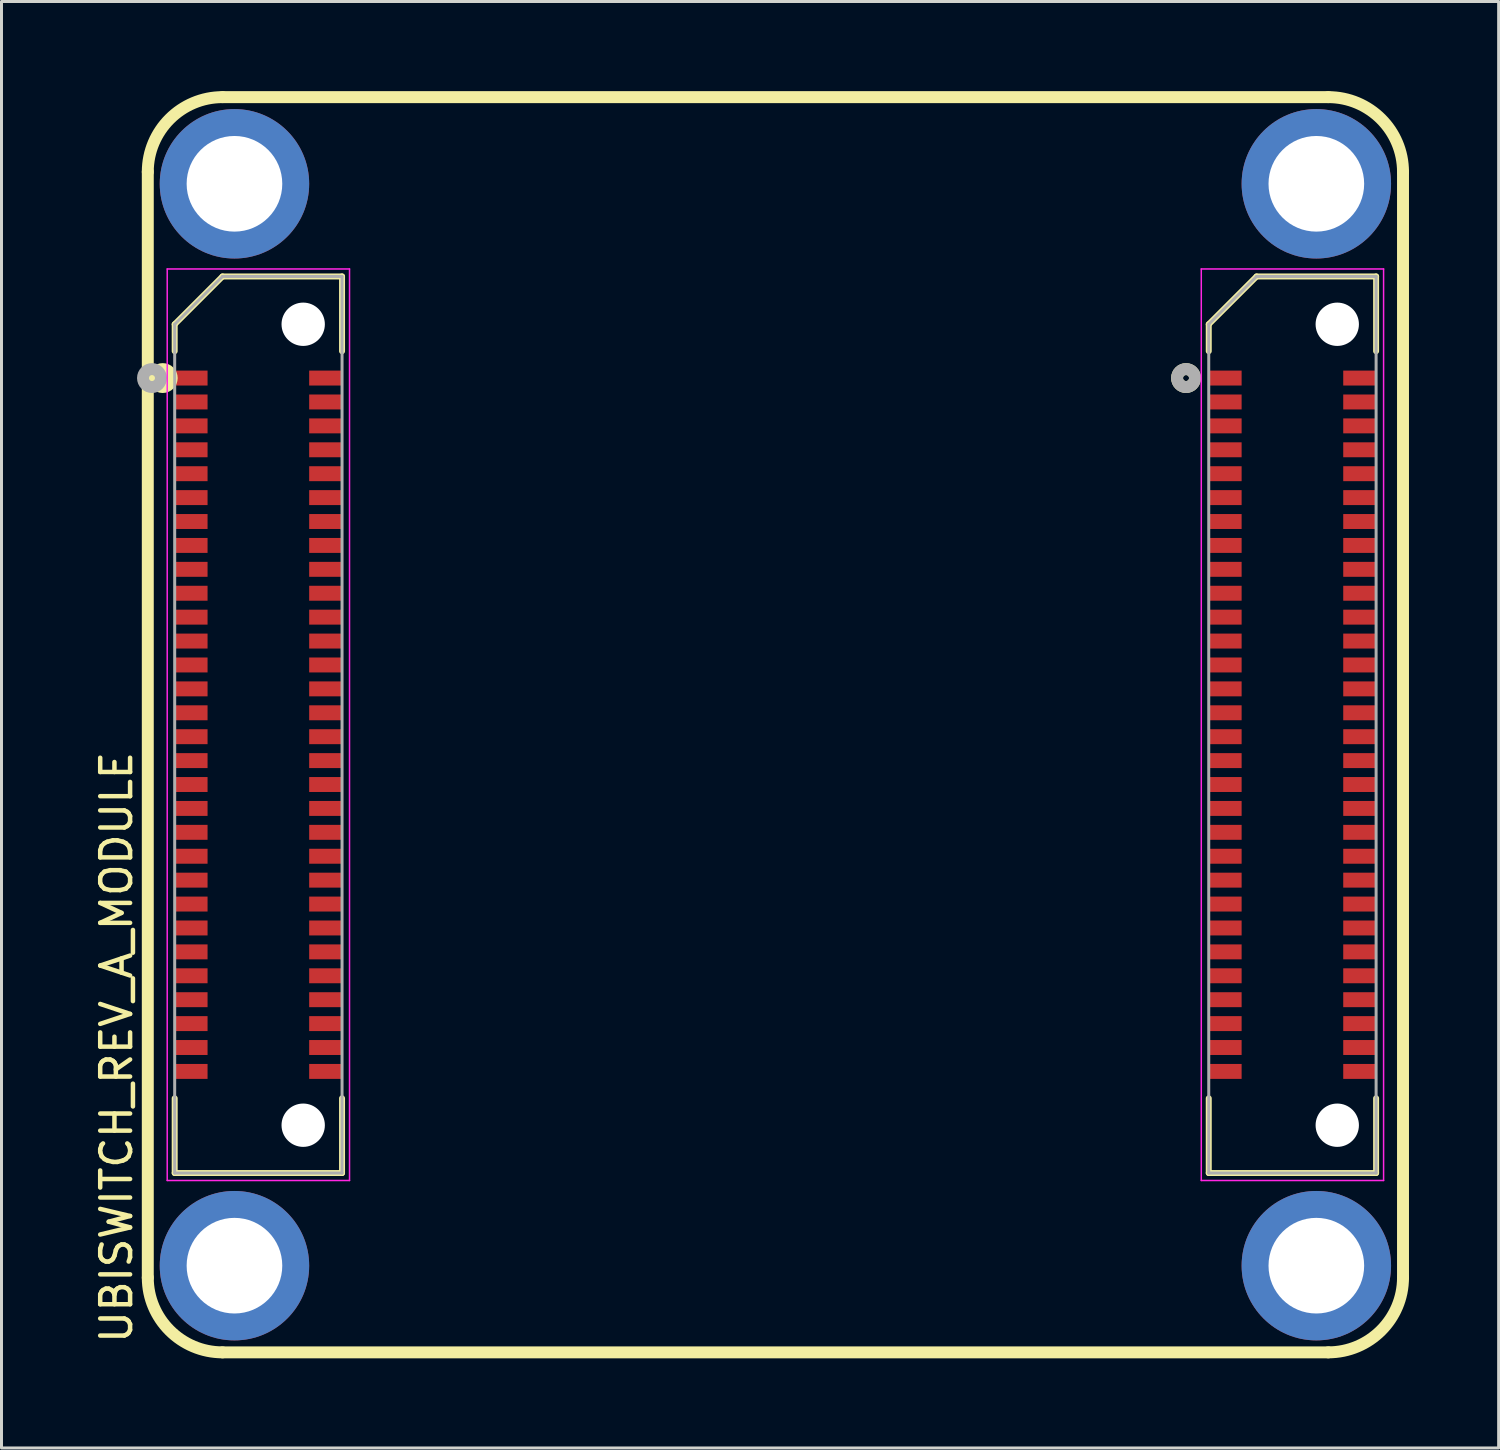
<source format=kicad_pcb>
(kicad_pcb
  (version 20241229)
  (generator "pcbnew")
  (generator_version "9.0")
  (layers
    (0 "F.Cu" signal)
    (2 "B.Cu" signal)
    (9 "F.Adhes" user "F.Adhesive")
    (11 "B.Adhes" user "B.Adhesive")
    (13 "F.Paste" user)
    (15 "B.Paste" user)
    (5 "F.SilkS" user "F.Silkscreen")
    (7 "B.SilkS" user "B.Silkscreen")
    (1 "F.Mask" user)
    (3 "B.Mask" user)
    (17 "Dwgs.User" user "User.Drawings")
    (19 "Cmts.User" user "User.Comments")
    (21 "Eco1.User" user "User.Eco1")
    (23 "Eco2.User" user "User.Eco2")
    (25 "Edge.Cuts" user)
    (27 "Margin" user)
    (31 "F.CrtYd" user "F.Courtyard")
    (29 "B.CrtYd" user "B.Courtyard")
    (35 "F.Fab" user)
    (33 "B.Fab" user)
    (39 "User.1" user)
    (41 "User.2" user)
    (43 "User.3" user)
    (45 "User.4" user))
  (footprint "UBISWITCH_REV_A_MODULE"
    (layer "F.Cu")
    (at 22.895 21.2)
    (property "Reference" "UBISWITCH_REV_A_MODULE" (at -22.047 10.795 90) (layer "F.SilkS") (effects (font (size 1 1) (thickness 0.15))))
    (attr smd)
    (fp_line (start -21 -18.5) (end -21 18.5) (stroke (width 0.4) (type solid)) (layer "F.SilkS"))
    (fp_line (start -20.1 -13.4) (end -20.1 -12.5) (stroke (width 0.2) (type solid)) (layer "F.SilkS"))
    (fp_line (start -20.1 15) (end -20.1 12.5) (stroke (width 0.2) (type solid)) (layer "F.SilkS"))
    (fp_line (start -18.5 -15) (end -20.1 -13.4) (stroke (width 0.2) (type solid)) (layer "F.SilkS"))
    (fp_line (start -18.5 21) (end 18.5 21) (stroke (width 0.4) (type solid)) (layer "F.SilkS"))
    (fp_line (start -14.5 -15) (end -18.5 -15) (stroke (width 0.2) (type solid)) (layer "F.SilkS"))
    (fp_line (start -14.5 -15) (end -14.5 -12.5) (stroke (width 0.2) (type solid)) (layer "F.SilkS"))
    (fp_line (start -14.5 15) (end -20.1 15) (stroke (width 0.2) (type solid)) (layer "F.SilkS"))
    (fp_line (start -14.5 15) (end -14.5 12.5) (stroke (width 0.2) (type solid)) (layer "F.SilkS"))
    (fp_line (start 14.5 -13.4) (end 14.5 -12.5) (stroke (width 0.2) (type solid)) (layer "F.SilkS"))
    (fp_line (start 14.5 15) (end 14.5 12.5) (stroke (width 0.2) (type solid)) (layer "F.SilkS"))
    (fp_line (start 16.1 -15) (end 14.5 -13.4) (stroke (width 0.2) (type solid)) (layer "F.SilkS"))
    (fp_line (start 18.5 -21) (end -18.5 -21) (stroke (width 0.4) (type solid)) (layer "F.SilkS"))
    (fp_line (start 20.1 -15) (end 16.1 -15) (stroke (width 0.2) (type solid)) (layer "F.SilkS"))
    (fp_line (start 20.1 -15) (end 20.1 -12.5) (stroke (width 0.2) (type solid)) (layer "F.SilkS"))
    (fp_line (start 20.1 15) (end 14.5 15) (stroke (width 0.2) (type solid)) (layer "F.SilkS"))
    (fp_line (start 20.1 15) (end 20.1 12.5) (stroke (width 0.2) (type solid)) (layer "F.SilkS"))
    (fp_line (start 21 18.5) (end 21 -18.5) (stroke (width 0.4) (type solid)) (layer "F.SilkS"))
    (fp_arc (start -21 -18.5) (mid -20.267767 -20.267767) (end -18.5 -21) (stroke (width 0.4) (type solid)) (layer "F.SilkS"))
    (fp_arc (start -18.5 21) (mid -20.267767 20.267767) (end -21 18.5) (stroke (width 0.4) (type solid)) (layer "F.SilkS"))
    (fp_arc (start 18.5 -21) (mid 20.267767 -20.267767) (end 21 -18.5) (stroke (width 0.4) (type solid)) (layer "F.SilkS"))
    (fp_arc (start 21 18.5) (mid 20.267767 20.267767) (end 18.5 21) (stroke (width 0.4) (type solid)) (layer "F.SilkS"))
    (fp_circle (center -20.5 -11.6) (end -20.5 -11.7) (stroke (width 0.4) (type solid)) (fill no) (layer "F.SilkS"))
    (fp_circle (center 13.74 -11.6) (end 13.74 -11.7) (stroke (width 0.4) (type solid)) (fill no) (layer "F.SilkS"))
    (fp_line (start -20.35 -15.25) (end -14.25 -15.25) (stroke (width 0.05) (type solid)) (layer "F.CrtYd"))
    (fp_line (start -20.35 15.25) (end -20.35 -15.25) (stroke (width 0.05) (type solid)) (layer "F.CrtYd"))
    (fp_line (start -14.25 -15.25) (end -14.25 15.25) (stroke (width 0.05) (type solid)) (layer "F.CrtYd"))
    (fp_line (start -14.25 15.25) (end -20.35 15.25) (stroke (width 0.05) (type solid)) (layer "F.CrtYd"))
    (fp_line (start 14.25 -15.25) (end 20.35 -15.25) (stroke (width 0.05) (type solid)) (layer "F.CrtYd"))
    (fp_line (start 14.25 15.25) (end 14.25 -15.25) (stroke (width 0.05) (type solid)) (layer "F.CrtYd"))
    (fp_line (start 20.35 -15.25) (end 20.35 15.25) (stroke (width 0.05) (type solid)) (layer "F.CrtYd"))
    (fp_line (start 20.35 15.25) (end 14.25 15.25) (stroke (width 0.05) (type solid)) (layer "F.CrtYd"))
    (fp_line (start -20.1 15) (end -20.1 -13.4) (stroke (width 0.1) (type solid)) (layer "F.Fab"))
    (fp_line (start -18.5 -15) (end -20.1 -13.4) (stroke (width 0.1) (type solid)) (layer "F.Fab"))
    (fp_line (start -18.5 -15) (end -14.5 -15) (stroke (width 0.1) (type solid)) (layer "F.Fab"))
    (fp_line (start -14.5 -15) (end -14.5 15) (stroke (width 0.1) (type solid)) (layer "F.Fab"))
    (fp_line (start -14.5 15) (end -20.1 15) (stroke (width 0.1) (type solid)) (layer "F.Fab"))
    (fp_line (start 14.5 15) (end 14.5 -13.4) (stroke (width 0.1) (type solid)) (layer "F.Fab"))
    (fp_line (start 16.1 -15) (end 14.5 -13.4) (stroke (width 0.1) (type solid)) (layer "F.Fab"))
    (fp_line (start 16.1 -15) (end 20.1 -15) (stroke (width 0.1) (type solid)) (layer "F.Fab"))
    (fp_line (start 20.1 -15) (end 20.1 15) (stroke (width 0.1) (type solid)) (layer "F.Fab"))
    (fp_line (start 20.1 15) (end 14.5 15) (stroke (width 0.1) (type solid)) (layer "F.Fab"))
    (fp_circle (center -20.86 -11.6) (end -20.86 -11.7) (stroke (width 0.4) (type solid)) (fill no) (layer "F.Fab"))
    (fp_circle (center 13.74 -11.6) (end 13.74 -11.7) (stroke (width 0.4) (type solid)) (fill no) (layer "F.Fab"))
    (pad "" np_thru_hole circle (at -15.8 -13.4 90) (size 1.45 1.45) (drill 1.45) (layers "*.Cu" "*.Mask"))
    (pad "" np_thru_hole circle (at -15.8 13.4 90) (size 1.45 1.45) (drill 1.45) (layers "*.Cu" "*.Mask"))
    (pad "" np_thru_hole circle (at 18.8 -13.4 90) (size 1.45 1.45) (drill 1.45) (layers "*.Cu" "*.Mask"))
    (pad "" np_thru_hole circle (at 18.8 13.4 90) (size 1.45 1.45) (drill 1.45) (layers "*.Cu" "*.Mask"))
    (pad "J1_1" smd rect (at -19.55 -11.6 90) (size 0.5 1.1) (layers "F.Cu" "F.Mask" "F.Paste"))
    (pad "J1_2" smd rect (at -15.05 -11.6 90) (size 0.5 1.1) (layers "F.Cu" "F.Mask" "F.Paste"))
    (pad "J1_3" smd rect (at -19.55 -10.8 90) (size 0.5 1.1) (layers "F.Cu" "F.Mask" "F.Paste"))
    (pad "J1_4" smd rect (at -15.05 -10.8 90) (size 0.5 1.1) (layers "F.Cu" "F.Mask" "F.Paste"))
    (pad "J1_5" smd rect (at -19.55 -10 90) (size 0.5 1.1) (layers "F.Cu" "F.Mask" "F.Paste"))
    (pad "J1_6" smd rect (at -15.05 -10 90) (size 0.5 1.1) (layers "F.Cu" "F.Mask" "F.Paste"))
    (pad "J1_7" smd rect (at -19.55 -9.2 90) (size 0.5 1.1) (layers "F.Cu" "F.Mask" "F.Paste"))
    (pad "J1_8" smd rect (at -15.05 -9.2 90) (size 0.5 1.1) (layers "F.Cu" "F.Mask" "F.Paste"))
    (pad "J1_9" smd rect (at -19.55 -8.4 90) (size 0.5 1.1) (layers "F.Cu" "F.Mask" "F.Paste"))
    (pad "J1_10" smd rect (at -15.05 -8.4 90) (size 0.5 1.1) (layers "F.Cu" "F.Mask" "F.Paste"))
    (pad "J1_11" smd rect (at -19.55 -7.6 90) (size 0.5 1.1) (layers "F.Cu" "F.Mask" "F.Paste"))
    (pad "J1_12" smd rect (at -15.05 -7.6 90) (size 0.5 1.1) (layers "F.Cu" "F.Mask" "F.Paste"))
    (pad "J1_13" smd rect (at -19.55 -6.8 90) (size 0.5 1.1) (layers "F.Cu" "F.Mask" "F.Paste"))
    (pad "J1_14" smd rect (at -15.05 -6.8 90) (size 0.5 1.1) (layers "F.Cu" "F.Mask" "F.Paste"))
    (pad "J1_15" smd rect (at -19.55 -6 90) (size 0.5 1.1) (layers "F.Cu" "F.Mask" "F.Paste"))
    (pad "J1_16" smd rect (at -15.05 -6 90) (size 0.5 1.1) (layers "F.Cu" "F.Mask" "F.Paste"))
    (pad "J1_17" smd rect (at -19.55 -5.2 90) (size 0.5 1.1) (layers "F.Cu" "F.Mask" "F.Paste"))
    (pad "J1_18" smd rect (at -15.05 -5.2 90) (size 0.5 1.1) (layers "F.Cu" "F.Mask" "F.Paste"))
    (pad "J1_19" smd rect (at -19.55 -4.4 90) (size 0.5 1.1) (layers "F.Cu" "F.Mask" "F.Paste"))
    (pad "J1_20" smd rect (at -15.05 -4.4 90) (size 0.5 1.1) (layers "F.Cu" "F.Mask" "F.Paste"))
    (pad "J1_21" smd rect (at -19.55 -3.6 90) (size 0.5 1.1) (layers "F.Cu" "F.Mask" "F.Paste"))
    (pad "J1_22" smd rect (at -15.05 -3.6 90) (size 0.5 1.1) (layers "F.Cu" "F.Mask" "F.Paste"))
    (pad "J1_23" smd rect (at -19.55 -2.8 90) (size 0.5 1.1) (layers "F.Cu" "F.Mask" "F.Paste"))
    (pad "J1_24" smd rect (at -15.05 -2.8 90) (size 0.5 1.1) (layers "F.Cu" "F.Mask" "F.Paste"))
    (pad "J1_25" smd rect (at -19.55 -2 90) (size 0.5 1.1) (layers "F.Cu" "F.Mask" "F.Paste"))
    (pad "J1_26" smd rect (at -15.05 -2 90) (size 0.5 1.1) (layers "F.Cu" "F.Mask" "F.Paste"))
    (pad "J1_27" smd rect (at -19.55 -1.2 90) (size 0.5 1.1) (layers "F.Cu" "F.Mask" "F.Paste"))
    (pad "J1_28" smd rect (at -15.05 -1.2 90) (size 0.5 1.1) (layers "F.Cu" "F.Mask" "F.Paste"))
    (pad "J1_29" smd rect (at -19.55 -0.4 90) (size 0.5 1.1) (layers "F.Cu" "F.Mask" "F.Paste"))
    (pad "J1_30" smd rect (at -15.05 -0.4 90) (size 0.5 1.1) (layers "F.Cu" "F.Mask" "F.Paste"))
    (pad "J1_31" smd rect (at -19.55 0.4 90) (size 0.5 1.1) (layers "F.Cu" "F.Mask" "F.Paste"))
    (pad "J1_32" smd rect (at -15.05 0.4 90) (size 0.5 1.1) (layers "F.Cu" "F.Mask" "F.Paste"))
    (pad "J1_33" smd rect (at -19.55 1.2 90) (size 0.5 1.1) (layers "F.Cu" "F.Mask" "F.Paste"))
    (pad "J1_34" smd rect (at -15.05 1.2 90) (size 0.5 1.1) (layers "F.Cu" "F.Mask" "F.Paste"))
    (pad "J1_35" smd rect (at -19.55 2 90) (size 0.5 1.1) (layers "F.Cu" "F.Mask" "F.Paste"))
    (pad "J1_36" smd rect (at -15.05 2 90) (size 0.5 1.1) (layers "F.Cu" "F.Mask" "F.Paste"))
    (pad "J1_37" smd rect (at -19.55 2.8 90) (size 0.5 1.1) (layers "F.Cu" "F.Mask" "F.Paste"))
    (pad "J1_38" smd rect (at -15.05 2.8 90) (size 0.5 1.1) (layers "F.Cu" "F.Mask" "F.Paste"))
    (pad "J1_39" smd rect (at -19.55 3.6 90) (size 0.5 1.1) (layers "F.Cu" "F.Mask" "F.Paste"))
    (pad "J1_40" smd rect (at -15.05 3.6 90) (size 0.5 1.1) (layers "F.Cu" "F.Mask" "F.Paste"))
    (pad "J1_41" smd rect (at -19.55 4.4 90) (size 0.5 1.1) (layers "F.Cu" "F.Mask" "F.Paste"))
    (pad "J1_42" smd rect (at -15.05 4.4 90) (size 0.5 1.1) (layers "F.Cu" "F.Mask" "F.Paste"))
    (pad "J1_43" smd rect (at -19.55 5.2 90) (size 0.5 1.1) (layers "F.Cu" "F.Mask" "F.Paste"))
    (pad "J1_44" smd rect (at -15.05 5.2 90) (size 0.5 1.1) (layers "F.Cu" "F.Mask" "F.Paste"))
    (pad "J1_45" smd rect (at -19.55 6 90) (size 0.5 1.1) (layers "F.Cu" "F.Mask" "F.Paste"))
    (pad "J1_46" smd rect (at -15.05 6 90) (size 0.5 1.1) (layers "F.Cu" "F.Mask" "F.Paste"))
    (pad "J1_47" smd rect (at -19.55 6.8 90) (size 0.5 1.1) (layers "F.Cu" "F.Mask" "F.Paste"))
    (pad "J1_48" smd rect (at -15.05 6.8 90) (size 0.5 1.1) (layers "F.Cu" "F.Mask" "F.Paste"))
    (pad "J1_49" smd rect (at -19.55 7.6 90) (size 0.5 1.1) (layers "F.Cu" "F.Mask" "F.Paste"))
    (pad "J1_50" smd rect (at -15.05 7.6 90) (size 0.5 1.1) (layers "F.Cu" "F.Mask" "F.Paste"))
    (pad "J1_51" smd rect (at -19.55 8.4 90) (size 0.5 1.1) (layers "F.Cu" "F.Mask" "F.Paste"))
    (pad "J1_52" smd rect (at -15.05 8.4 90) (size 0.5 1.1) (layers "F.Cu" "F.Mask" "F.Paste"))
    (pad "J1_53" smd rect (at -19.55 9.2 90) (size 0.5 1.1) (layers "F.Cu" "F.Mask" "F.Paste"))
    (pad "J1_54" smd rect (at -15.05 9.2 90) (size 0.5 1.1) (layers "F.Cu" "F.Mask" "F.Paste"))
    (pad "J1_55" smd rect (at -19.55 10 90) (size 0.5 1.1) (layers "F.Cu" "F.Mask" "F.Paste"))
    (pad "J1_56" smd rect (at -15.05 10 90) (size 0.5 1.1) (layers "F.Cu" "F.Mask" "F.Paste"))
    (pad "J1_57" smd rect (at -19.55 10.8 90) (size 0.5 1.1) (layers "F.Cu" "F.Mask" "F.Paste"))
    (pad "J1_58" smd rect (at -15.05 10.8 90) (size 0.5 1.1) (layers "F.Cu" "F.Mask" "F.Paste"))
    (pad "J1_59" smd rect (at -19.55 11.6 90) (size 0.5 1.1) (layers "F.Cu" "F.Mask" "F.Paste"))
    (pad "J1_60" smd rect (at -15.05 11.6 90) (size 0.5 1.1) (layers "F.Cu" "F.Mask" "F.Paste"))
    (pad "J2_1" smd rect (at 15.05 -11.6 90) (size 0.5 1.1) (layers "F.Cu" "F.Mask" "F.Paste"))
    (pad "J2_2" smd rect (at 19.55 -11.6 90) (size 0.5 1.1) (layers "F.Cu" "F.Mask" "F.Paste"))
    (pad "J2_3" smd rect (at 15.05 -10.8 90) (size 0.5 1.1) (layers "F.Cu" "F.Mask" "F.Paste"))
    (pad "J2_4" smd rect (at 19.55 -10.8 90) (size 0.5 1.1) (layers "F.Cu" "F.Mask" "F.Paste"))
    (pad "J2_5" smd rect (at 15.05 -10 90) (size 0.5 1.1) (layers "F.Cu" "F.Mask" "F.Paste"))
    (pad "J2_6" smd rect (at 19.55 -10 90) (size 0.5 1.1) (layers "F.Cu" "F.Mask" "F.Paste"))
    (pad "J2_7" smd rect (at 15.05 -9.2 90) (size 0.5 1.1) (layers "F.Cu" "F.Mask" "F.Paste"))
    (pad "J2_8" smd rect (at 19.55 -9.2 90) (size 0.5 1.1) (layers "F.Cu" "F.Mask" "F.Paste"))
    (pad "J2_9" smd rect (at 15.05 -8.4 90) (size 0.5 1.1) (layers "F.Cu" "F.Mask" "F.Paste"))
    (pad "J2_10" smd rect (at 19.55 -8.4 90) (size 0.5 1.1) (layers "F.Cu" "F.Mask" "F.Paste"))
    (pad "J2_11" smd rect (at 15.05 -7.6 90) (size 0.5 1.1) (layers "F.Cu" "F.Mask" "F.Paste"))
    (pad "J2_12" smd rect (at 19.55 -7.6 90) (size 0.5 1.1) (layers "F.Cu" "F.Mask" "F.Paste"))
    (pad "J2_13" smd rect (at 15.05 -6.8 90) (size 0.5 1.1) (layers "F.Cu" "F.Mask" "F.Paste"))
    (pad "J2_14" smd rect (at 19.55 -6.8 90) (size 0.5 1.1) (layers "F.Cu" "F.Mask" "F.Paste"))
    (pad "J2_15" smd rect (at 15.05 -6 90) (size 0.5 1.1) (layers "F.Cu" "F.Mask" "F.Paste"))
    (pad "J2_16" smd rect (at 19.55 -6 90) (size 0.5 1.1) (layers "F.Cu" "F.Mask" "F.Paste"))
    (pad "J2_17" smd rect (at 15.05 -5.2 90) (size 0.5 1.1) (layers "F.Cu" "F.Mask" "F.Paste"))
    (pad "J2_18" smd rect (at 19.55 -5.2 90) (size 0.5 1.1) (layers "F.Cu" "F.Mask" "F.Paste"))
    (pad "J2_19" smd rect (at 15.05 -4.4 90) (size 0.5 1.1) (layers "F.Cu" "F.Mask" "F.Paste"))
    (pad "J2_20" smd rect (at 19.55 -4.4 90) (size 0.5 1.1) (layers "F.Cu" "F.Mask" "F.Paste"))
    (pad "J2_21" smd rect (at 15.05 -3.6 90) (size 0.5 1.1) (layers "F.Cu" "F.Mask" "F.Paste"))
    (pad "J2_22" smd rect (at 19.55 -3.6 90) (size 0.5 1.1) (layers "F.Cu" "F.Mask" "F.Paste"))
    (pad "J2_23" smd rect (at 15.05 -2.8 90) (size 0.5 1.1) (layers "F.Cu" "F.Mask" "F.Paste"))
    (pad "J2_24" smd rect (at 19.55 -2.8 90) (size 0.5 1.1) (layers "F.Cu" "F.Mask" "F.Paste"))
    (pad "J2_25" smd rect (at 15.05 -2 90) (size 0.5 1.1) (layers "F.Cu" "F.Mask" "F.Paste"))
    (pad "J2_26" smd rect (at 19.55 -2 90) (size 0.5 1.1) (layers "F.Cu" "F.Mask" "F.Paste"))
    (pad "J2_27" smd rect (at 15.05 -1.2 90) (size 0.5 1.1) (layers "F.Cu" "F.Mask" "F.Paste"))
    (pad "J2_28" smd rect (at 19.55 -1.2 90) (size 0.5 1.1) (layers "F.Cu" "F.Mask" "F.Paste"))
    (pad "J2_29" smd rect (at 15.05 -0.4 90) (size 0.5 1.1) (layers "F.Cu" "F.Mask" "F.Paste"))
    (pad "J2_30" smd rect (at 19.55 -0.4 90) (size 0.5 1.1) (layers "F.Cu" "F.Mask" "F.Paste"))
    (pad "J2_31" smd rect (at 15.05 0.4 90) (size 0.5 1.1) (layers "F.Cu" "F.Mask" "F.Paste"))
    (pad "J2_32" smd rect (at 19.55 0.4 90) (size 0.5 1.1) (layers "F.Cu" "F.Mask" "F.Paste"))
    (pad "J2_33" smd rect (at 15.05 1.2 90) (size 0.5 1.1) (layers "F.Cu" "F.Mask" "F.Paste"))
    (pad "J2_34" smd rect (at 19.55 1.2 90) (size 0.5 1.1) (layers "F.Cu" "F.Mask" "F.Paste"))
    (pad "J2_35" smd rect (at 15.05 2 90) (size 0.5 1.1) (layers "F.Cu" "F.Mask" "F.Paste"))
    (pad "J2_36" smd rect (at 19.55 2 90) (size 0.5 1.1) (layers "F.Cu" "F.Mask" "F.Paste"))
    (pad "J2_37" smd rect (at 15.05 2.8 90) (size 0.5 1.1) (layers "F.Cu" "F.Mask" "F.Paste"))
    (pad "J2_38" smd rect (at 19.55 2.8 90) (size 0.5 1.1) (layers "F.Cu" "F.Mask" "F.Paste"))
    (pad "J2_39" smd rect (at 15.05 3.6 90) (size 0.5 1.1) (layers "F.Cu" "F.Mask" "F.Paste"))
    (pad "J2_40" smd rect (at 19.55 3.6 90) (size 0.5 1.1) (layers "F.Cu" "F.Mask" "F.Paste"))
    (pad "J2_41" smd rect (at 15.05 4.4 90) (size 0.5 1.1) (layers "F.Cu" "F.Mask" "F.Paste"))
    (pad "J2_42" smd rect (at 19.55 4.4 90) (size 0.5 1.1) (layers "F.Cu" "F.Mask" "F.Paste"))
    (pad "J2_43" smd rect (at 15.05 5.2 90) (size 0.5 1.1) (layers "F.Cu" "F.Mask" "F.Paste"))
    (pad "J2_44" smd rect (at 19.55 5.2 90) (size 0.5 1.1) (layers "F.Cu" "F.Mask" "F.Paste"))
    (pad "J2_45" smd rect (at 15.05 6 90) (size 0.5 1.1) (layers "F.Cu" "F.Mask" "F.Paste"))
    (pad "J2_46" smd rect (at 19.55 6 90) (size 0.5 1.1) (layers "F.Cu" "F.Mask" "F.Paste"))
    (pad "J2_47" smd rect (at 15.05 6.8 90) (size 0.5 1.1) (layers "F.Cu" "F.Mask" "F.Paste"))
    (pad "J2_48" smd rect (at 19.55 6.8 90) (size 0.5 1.1) (layers "F.Cu" "F.Mask" "F.Paste"))
    (pad "J2_49" smd rect (at 15.05 7.6 90) (size 0.5 1.1) (layers "F.Cu" "F.Mask" "F.Paste"))
    (pad "J2_50" smd rect (at 19.55 7.6 90) (size 0.5 1.1) (layers "F.Cu" "F.Mask" "F.Paste"))
    (pad "J2_51" smd rect (at 15.05 8.4 90) (size 0.5 1.1) (layers "F.Cu" "F.Mask" "F.Paste"))
    (pad "J2_52" smd rect (at 19.55 8.4 90) (size 0.5 1.1) (layers "F.Cu" "F.Mask" "F.Paste"))
    (pad "J2_53" smd rect (at 15.05 9.2 90) (size 0.5 1.1) (layers "F.Cu" "F.Mask" "F.Paste"))
    (pad "J2_54" smd rect (at 19.55 9.2 90) (size 0.5 1.1) (layers "F.Cu" "F.Mask" "F.Paste"))
    (pad "J2_55" smd rect (at 15.05 10 90) (size 0.5 1.1) (layers "F.Cu" "F.Mask" "F.Paste"))
    (pad "J2_56" smd rect (at 19.55 10 90) (size 0.5 1.1) (layers "F.Cu" "F.Mask" "F.Paste"))
    (pad "J2_57" smd rect (at 15.05 10.8 90) (size 0.5 1.1) (layers "F.Cu" "F.Mask" "F.Paste"))
    (pad "J2_58" smd rect (at 19.55 10.8 90) (size 0.5 1.1) (layers "F.Cu" "F.Mask" "F.Paste"))
    (pad "J2_59" smd rect (at 15.05 11.6 90) (size 0.5 1.1) (layers "F.Cu" "F.Mask" "F.Paste"))
    (pad "J2_60" smd rect (at 19.55 11.6 90) (size 0.5 1.1) (layers "F.Cu" "F.Mask" "F.Paste"))
    (pad "MH1" thru_hole circle (at -18.1 -18.1) (size 5 5) (drill 3.2) (layers "*.Cu" "*.Mask"))
    (pad "MH2" thru_hole circle (at 18.1 -18.1) (size 5 5) (drill 3.2) (layers "*.Cu" "*.Mask"))
    (pad "MH3" thru_hole circle (at -18.1 18.1) (size 5 5) (drill 3.2) (layers "*.Cu" "*.Mask"))
    (pad "MH4" thru_hole circle (at 18.1 18.1) (size 5 5) (drill 3.2) (layers "*.Cu" "*.Mask")))
  (gr_rect
    (start -3 -3)
    (end 47.095 45.4)
    (stroke (width 0.1) (type default))
    (fill no)
    (layer "Edge.Cuts")))
</source>
